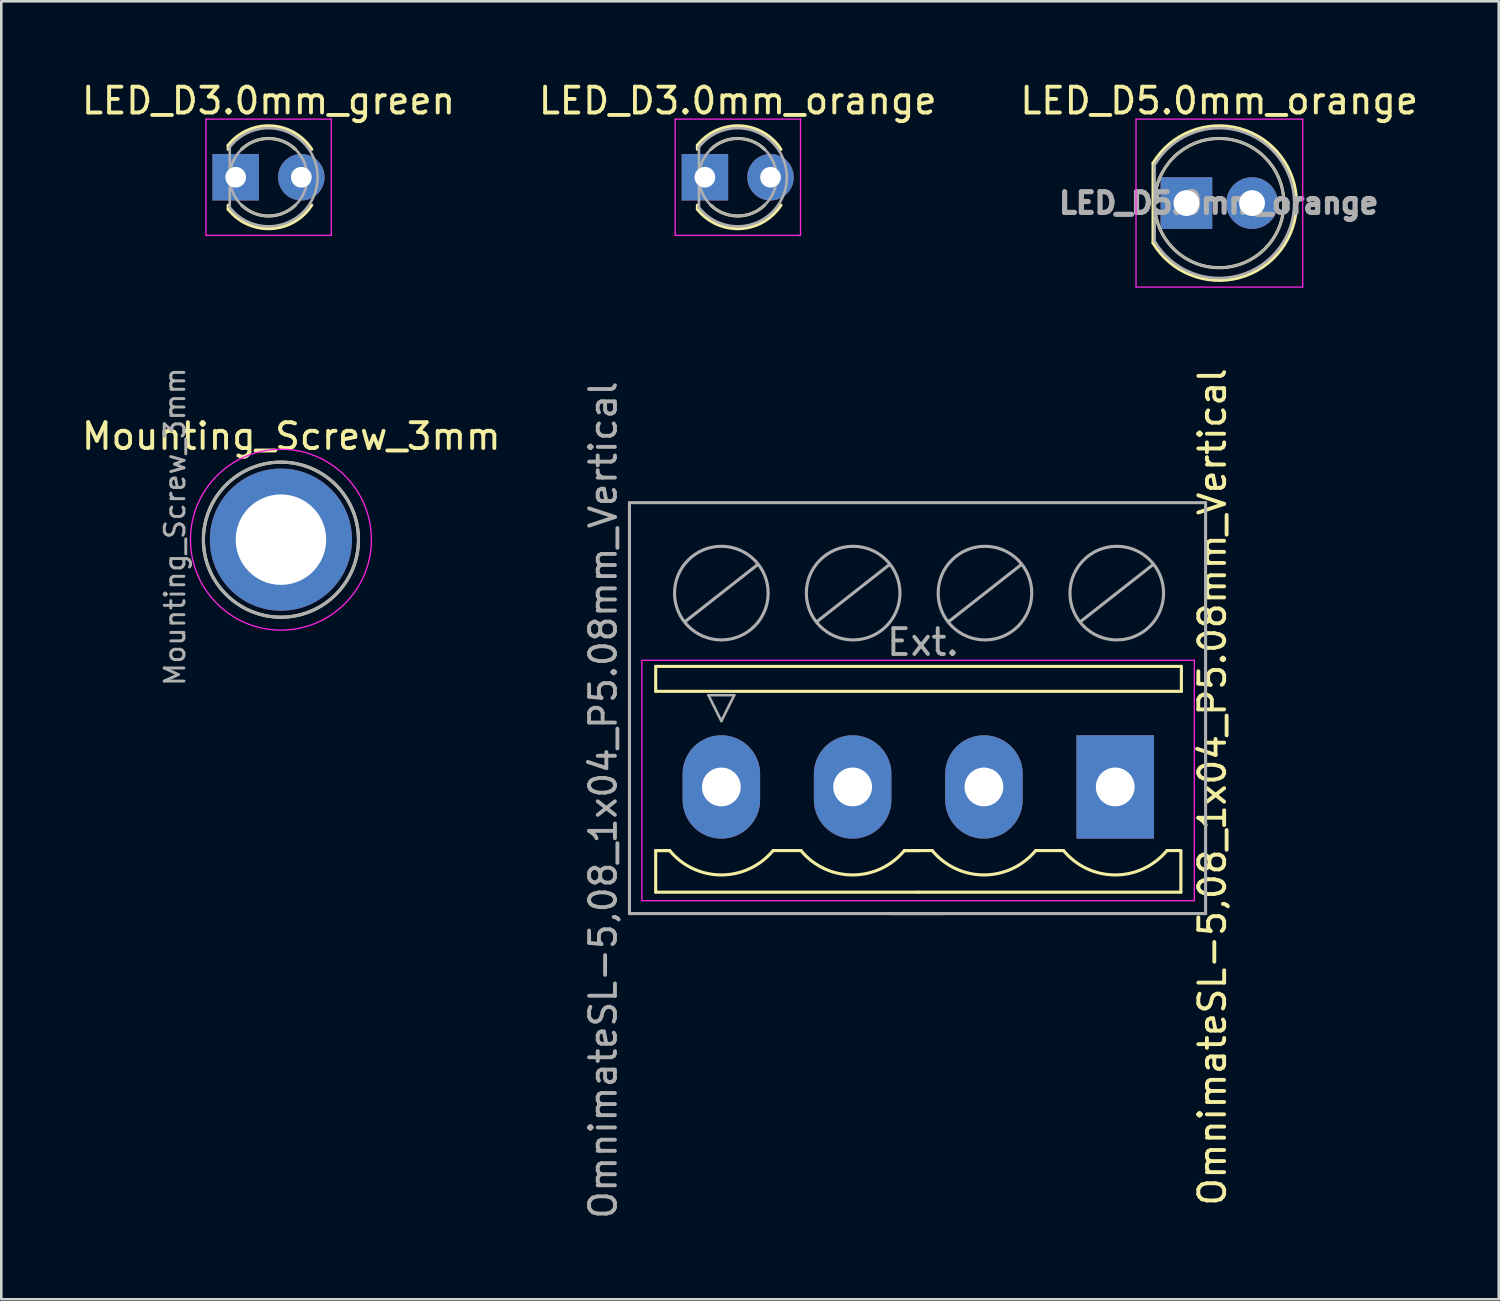
<source format=kicad_pcb>
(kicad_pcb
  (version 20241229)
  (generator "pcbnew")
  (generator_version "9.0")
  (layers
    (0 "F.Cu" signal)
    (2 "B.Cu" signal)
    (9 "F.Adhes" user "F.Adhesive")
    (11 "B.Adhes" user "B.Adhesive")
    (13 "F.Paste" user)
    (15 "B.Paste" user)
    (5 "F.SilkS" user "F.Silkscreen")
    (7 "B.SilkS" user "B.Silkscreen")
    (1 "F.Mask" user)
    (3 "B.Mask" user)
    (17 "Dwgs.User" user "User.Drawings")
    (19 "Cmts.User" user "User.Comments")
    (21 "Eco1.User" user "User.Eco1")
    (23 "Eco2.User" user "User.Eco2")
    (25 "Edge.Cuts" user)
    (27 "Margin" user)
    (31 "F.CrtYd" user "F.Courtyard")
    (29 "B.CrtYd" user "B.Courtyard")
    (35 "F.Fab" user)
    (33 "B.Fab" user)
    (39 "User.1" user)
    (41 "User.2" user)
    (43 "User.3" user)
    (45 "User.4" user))
  (footprint "LED_D3.0mm_orange"
    (layer "F.Cu")
    (at 24.224 3.808)
    (property "Reference" "LED_D3.0mm_orange" (at 1.27 -2.96 0) (layer "F.SilkS") (effects (font (size 1 1) (thickness 0.15))))
    (attr through_hole)
    (fp_line (start -0.29 -1.236) (end -0.29 -1.08) (stroke (width 0.12) (type solid)) (layer "F.SilkS"))
    (fp_line (start -0.29 1.08) (end -0.29 1.236) (stroke (width 0.12) (type solid)) (layer "F.SilkS"))
    (fp_arc (start -0.29 -1.235516) (mid 1.366487 -1.987659) (end 2.942335 -1.078608) (stroke (width 0.12) (type solid)) (layer "F.SilkS"))
    (fp_arc (start 0.229039 -1.08) (mid 1.270117 -1.5) (end 2.31113 -1.079837) (stroke (width 0.12) (type solid)) (layer "F.SilkS"))
    (fp_arc (start 2.31113 1.079837) (mid 1.270117 1.5) (end 0.229039 1.08) (stroke (width 0.12) (type solid)) (layer "F.SilkS"))
    (fp_arc (start 2.942335 1.078608) (mid 1.366487 1.987659) (end -0.29 1.235516) (stroke (width 0.12) (type solid)) (layer "F.SilkS"))
    (fp_line (start -1.15 -2.25) (end -1.15 2.25) (stroke (width 0.05) (type solid)) (layer "F.CrtYd"))
    (fp_line (start -1.15 2.25) (end 3.7 2.25) (stroke (width 0.05) (type solid)) (layer "F.CrtYd"))
    (fp_line (start 3.7 -2.25) (end -1.15 -2.25) (stroke (width 0.05) (type solid)) (layer "F.CrtYd"))
    (fp_line (start 3.7 2.25) (end 3.7 -2.25) (stroke (width 0.05) (type solid)) (layer "F.CrtYd"))
    (fp_line (start -0.23 -1.166) (end -0.23 1.166) (stroke (width 0.1) (type solid)) (layer "F.Fab"))
    (fp_arc (start -0.23 -1.16619) (mid 3.17 0.000452) (end -0.230555 1.165476) (stroke (width 0.1) (type solid)) (layer "F.Fab"))
    (fp_circle (center 1.27 0) (end 2.77 0) (stroke (width 0.1) (type solid)) (fill no) (layer "F.Fab"))
    (pad "1" thru_hole rect (at 0 0) (size 1.8 1.8) (drill 0.8) (layers "*.Cu" "*.Mask"))
    (pad "2" thru_hole circle (at 2.54 0) (size 1.8 1.8) (drill 0.8) (layers "*.Cu" "*.Mask")))
  (footprint "Mounting_Screw_3mm"
    (layer "F.Cu")
    (at 7.82 17.831)
    (property "Reference" "Mounting_Screw_3mm" (at 0.4 -4 0) (layer "F.SilkS") (effects (font (size 1 1) (thickness 0.15))))
    (attr through_hole)
    (fp_circle (center 0 0) (end 3 0) (stroke (width 0.12) (type solid)) (fill no) (layer "F.SilkS"))
    (fp_circle (center 0 0) (end 3.5 0) (stroke (width 0.05) (type solid)) (fill no) (layer "F.CrtYd"))
    (fp_circle (center 0 0) (end 3 0) (stroke (width 0.12) (type solid)) (fill no) (layer "F.Fab"))
    (fp_text user "${REFERENCE}" (at -4.1 -0.5 90) (layer "F.Fab") (effects (font (size 0.76 0.76) (thickness 0.114))))
    (pad "1" thru_hole circle (at 0 0) (size 5.5 5.5) (drill 3.5) (layers "*.Cu" "*.Mask")))
  (footprint "LED_D3.0mm_green"
    (layer "F.Cu")
    (at 6.069 3.808)
    (property "Reference" "LED_D3.0mm_green" (at 1.27 -2.96 0) (layer "F.SilkS") (effects (font (size 1 1) (thickness 0.15))))
    (attr through_hole)
    (fp_line (start -0.29 -1.236) (end -0.29 -1.08) (stroke (width 0.12) (type solid)) (layer "F.SilkS"))
    (fp_line (start -0.29 1.08) (end -0.29 1.236) (stroke (width 0.12) (type solid)) (layer "F.SilkS"))
    (fp_arc (start -0.29 -1.235516) (mid 1.366487 -1.987659) (end 2.942335 -1.078608) (stroke (width 0.12) (type solid)) (layer "F.SilkS"))
    (fp_arc (start 0.229039 -1.08) (mid 1.270117 -1.5) (end 2.31113 -1.079837) (stroke (width 0.12) (type solid)) (layer "F.SilkS"))
    (fp_arc (start 2.31113 1.079837) (mid 1.270117 1.5) (end 0.229039 1.08) (stroke (width 0.12) (type solid)) (layer "F.SilkS"))
    (fp_arc (start 2.942335 1.078608) (mid 1.366487 1.987659) (end -0.29 1.235516) (stroke (width 0.12) (type solid)) (layer "F.SilkS"))
    (fp_line (start -1.15 -2.25) (end -1.15 2.25) (stroke (width 0.05) (type solid)) (layer "F.CrtYd"))
    (fp_line (start -1.15 2.25) (end 3.7 2.25) (stroke (width 0.05) (type solid)) (layer "F.CrtYd"))
    (fp_line (start 3.7 -2.25) (end -1.15 -2.25) (stroke (width 0.05) (type solid)) (layer "F.CrtYd"))
    (fp_line (start 3.7 2.25) (end 3.7 -2.25) (stroke (width 0.05) (type solid)) (layer "F.CrtYd"))
    (fp_line (start -0.23 -1.166) (end -0.23 1.166) (stroke (width 0.1) (type solid)) (layer "F.Fab"))
    (fp_arc (start -0.23 -1.16619) (mid 3.17 0.000452) (end -0.230555 1.165476) (stroke (width 0.1) (type solid)) (layer "F.Fab"))
    (fp_circle (center 1.27 0) (end 2.77 0) (stroke (width 0.1) (type solid)) (fill no) (layer "F.Fab"))
    (pad "1" thru_hole rect (at 0 0) (size 1.8 1.8) (drill 0.8) (layers "*.Cu" "*.Mask"))
    (pad "2" thru_hole circle (at 2.54 0) (size 1.8 1.8) (drill 0.8) (layers "*.Cu" "*.Mask")))
  (footprint "OmnimateSL-5,08_1x04_P5.08mm_Vertical"
    (layer "F.Cu")
    (at 24.861 27.399)
    (property "Reference" "OmnimateSL-5,08_1x04_P5.08mm_Vertical" (at 19 0 90) (layer "F.SilkS") (effects (font (size 1 1) (thickness 0.15))))
    (attr through_hole)
    (fp_line (start -2.54 -4.664) (end 17.8 -4.664) (stroke (width 0.12) (type solid)) (layer "F.SilkS"))
    (fp_line (start -2.54 -3.7) (end -2.54 -4.664) (stroke (width 0.12) (type solid)) (layer "F.SilkS"))
    (fp_line (start -2.54 -3.7) (end 17.8 -3.7) (stroke (width 0.12) (type solid)) (layer "F.SilkS"))
    (fp_line (start -2.54 4.072) (end -2.54 2.497) (stroke (width 0.12) (type solid)) (layer "F.SilkS"))
    (fp_line (start -2.54 4.072) (end 7.62 4.072) (stroke (width 0.12) (type solid)) (layer "F.SilkS"))
    (fp_line (start -2 2.462) (end -2.54 2.462) (stroke (width 0.12) (type solid)) (layer "F.SilkS"))
    (fp_line (start -2 2.462) (end -2.54 2.462) (stroke (width 0.12) (type solid)) (layer "F.SilkS"))
    (fp_line (start 2 2.462) (end 3.08 2.462) (stroke (width 0.12) (type solid)) (layer "F.SilkS"))
    (fp_line (start 7.62 2.462) (end 7.08 2.462) (stroke (width 0.12) (type solid)) (layer "F.SilkS"))
    (fp_line (start 7.62 2.462) (end 7.08 2.462) (stroke (width 0.12) (type solid)) (layer "F.SilkS"))
    (fp_line (start 7.62 4.072) (end 17.78 4.072) (stroke (width 0.12) (type solid)) (layer "F.SilkS"))
    (fp_line (start 8.16 2.462) (end 7.62 2.462) (stroke (width 0.12) (type solid)) (layer "F.SilkS"))
    (fp_line (start 12.16 2.462) (end 13.24 2.462) (stroke (width 0.12) (type solid)) (layer "F.SilkS"))
    (fp_line (start 17.78 2.462) (end 17.24 2.462) (stroke (width 0.12) (type solid)) (layer "F.SilkS"))
    (fp_line (start 17.78 4.072) (end 17.78 2.497) (stroke (width 0.12) (type solid)) (layer "F.SilkS"))
    (fp_line (start 17.8 -3.7) (end 17.8 -4.664) (stroke (width 0.12) (type solid)) (layer "F.SilkS"))
    (fp_arc (start 1.986842 2.477821) (mid -0.010289 3.404758) (end -2 2.462) (stroke (width 0.12) (type solid)) (layer "F.SilkS"))
    (fp_arc (start 7.066842 2.477821) (mid 5.069711 3.404758) (end 3.08 2.462) (stroke (width 0.12) (type solid)) (layer "F.SilkS"))
    (fp_arc (start 12.146842 2.477821) (mid 10.149711 3.404758) (end 8.16 2.462) (stroke (width 0.12) (type solid)) (layer "F.SilkS"))
    (fp_arc (start 17.226842 2.477821) (mid 15.229711 3.404758) (end 13.24 2.462) (stroke (width 0.12) (type solid)) (layer "F.SilkS"))
    (fp_line (start -3.076 -4.9) (end 18.3 -4.9) (stroke (width 0.05) (type solid)) (layer "F.CrtYd"))
    (fp_line (start -3.076 4.4) (end -3.076 -4.9) (stroke (width 0.05) (type solid)) (layer "F.CrtYd"))
    (fp_line (start 18.3 -4.9) (end 18.3 4.4) (stroke (width 0.05) (type solid)) (layer "F.CrtYd"))
    (fp_line (start 18.3 4.4) (end -3.076 4.4) (stroke (width 0.05) (type solid)) (layer "F.CrtYd"))
    (fp_line (start -3.556 -11) (end 18.736 -11) (stroke (width 0.12) (type solid)) (layer "F.Fab"))
    (fp_line (start -3.556 4.9) (end -3.556 -11) (stroke (width 0.12) (type solid)) (layer "F.Fab"))
    (fp_line (start -1.4 -6.4) (end 1.4 -8.6) (stroke (width 0.12) (type solid)) (layer "F.Fab"))
    (fp_line (start -0.5 -3.55) (end 0.5 -3.55) (stroke (width 0.1) (type solid)) (layer "F.Fab"))
    (fp_line (start 0 -2.55) (end -0.5 -3.55) (stroke (width 0.1) (type solid)) (layer "F.Fab"))
    (fp_line (start 0.5 -3.55) (end 0 -2.55) (stroke (width 0.1) (type solid)) (layer "F.Fab"))
    (fp_line (start 3.7 -6.4) (end 6.5 -8.6) (stroke (width 0.12) (type solid)) (layer "F.Fab"))
    (fp_line (start 8.636 4.9) (end -3.556 4.9) (stroke (width 0.12) (type solid)) (layer "F.Fab"))
    (fp_line (start 8.8 -6.4) (end 11.6 -8.6) (stroke (width 0.12) (type solid)) (layer "F.Fab"))
    (fp_line (start 13.9 -6.4) (end 16.7 -8.6) (stroke (width 0.12) (type solid)) (layer "F.Fab"))
    (fp_line (start 18.736 -11) (end 18.736 4.9) (stroke (width 0.12) (type solid)) (layer "F.Fab"))
    (fp_line (start 18.736 4.9) (end 6.544 4.9) (stroke (width 0.12) (type solid)) (layer "F.Fab"))
    (fp_circle (center 0 -7.5) (end 1.8 -7.3) (stroke (width 0.12) (type solid)) (fill no) (layer "F.Fab"))
    (fp_circle (center 5.1 -7.5) (end 6.9 -7.3) (stroke (width 0.12) (type solid)) (fill no) (layer "F.Fab"))
    (fp_circle (center 10.2 -7.5) (end 12 -7.3) (stroke (width 0.12) (type solid)) (fill no) (layer "F.Fab"))
    (fp_circle (center 15.3 -7.5) (end 17.1 -7.3) (stroke (width 0.12) (type solid)) (fill no) (layer "F.Fab"))
    (fp_text user "Ext." (at 7.8 -5.6 180) (layer "F.Fab") (effects (font (size 1 1) (thickness 0.15))))
    (fp_text user "${REFERENCE}" (at -4.572 0.508 90) (layer "F.Fab") (effects (font (size 1 1) (thickness 0.15))))
    (pad "1" thru_hole rect (at 15.24 0) (size 3 4) (drill 1.5) (layers "*.Cu" "*.Mask"))
    (pad "2" thru_hole oval (at 10.16 0) (size 3 4) (drill 1.5) (layers "*.Cu" "*.Mask"))
    (pad "3" thru_hole oval (at 5.08 0) (size 3 4) (drill 1.5) (layers "*.Cu" "*.Mask"))
    (pad "4" thru_hole oval (at 0 0) (size 3 4) (drill oval 1.5) (layers "*.Cu" "*.Mask")))
  (footprint "LED_D5.0mm_orange"
    (layer "F.Cu")
    (at 42.855 4.808)
    (property "Reference" "LED_D5.0mm_orange" (at 1.27 -3.96 0) (layer "F.SilkS") (effects (font (size 1 1) (thickness 0.15))))
    (attr through_hole)
    (fp_line (start -1.29 -1.545) (end -1.29 1.545) (stroke (width 0.12) (type solid)) (layer "F.SilkS"))
    (fp_arc (start -1.29 -1.54483) (mid 2.072002 -2.880433) (end 4.26 0.000462) (stroke (width 0.12) (type solid)) (layer "F.SilkS"))
    (fp_arc (start 4.26 -0.000462) (mid 2.072002 2.880433) (end -1.29 1.54483) (stroke (width 0.12) (type solid)) (layer "F.SilkS"))
    (fp_circle (center 1.27 0) (end 3.77 0) (stroke (width 0.12) (type solid)) (fill no) (layer "F.SilkS"))
    (fp_line (start -1.95 -3.25) (end -1.95 3.25) (stroke (width 0.05) (type solid)) (layer "F.CrtYd"))
    (fp_line (start -1.95 3.25) (end 4.5 3.25) (stroke (width 0.05) (type solid)) (layer "F.CrtYd"))
    (fp_line (start 4.5 -3.25) (end -1.95 -3.25) (stroke (width 0.05) (type solid)) (layer "F.CrtYd"))
    (fp_line (start 4.5 3.25) (end 4.5 -3.25) (stroke (width 0.05) (type solid)) (layer "F.CrtYd"))
    (fp_line (start -1.23 -1.47) (end -1.23 1.47) (stroke (width 0.1) (type solid)) (layer "F.Fab"))
    (fp_arc (start -1.23 -1.469694) (mid 4.17 0.000016) (end -1.230016 1.469666) (stroke (width 0.1) (type solid)) (layer "F.Fab"))
    (fp_circle (center 1.27 0) (end 3.77 0) (stroke (width 0.1) (type solid)) (fill no) (layer "F.Fab"))
    (fp_text user "${REFERENCE}" (at 1.25 0 0) (layer "F.Fab") (effects (font (size 0.8 0.8) (thickness 0.2))))
    (pad "1" thru_hole rect (at 0 0) (size 2 2) (drill 1) (layers "*.Cu" "*.Mask"))
    (pad "2" thru_hole circle (at 2.54 0) (size 2 2) (drill 1) (layers "*.Cu" "*.Mask")))
  (gr_rect
    (start -3 -3)
    (end 54.94 47.222)
    (stroke (width 0.1) (type default))
    (fill no)
    (layer "Edge.Cuts")))
</source>
